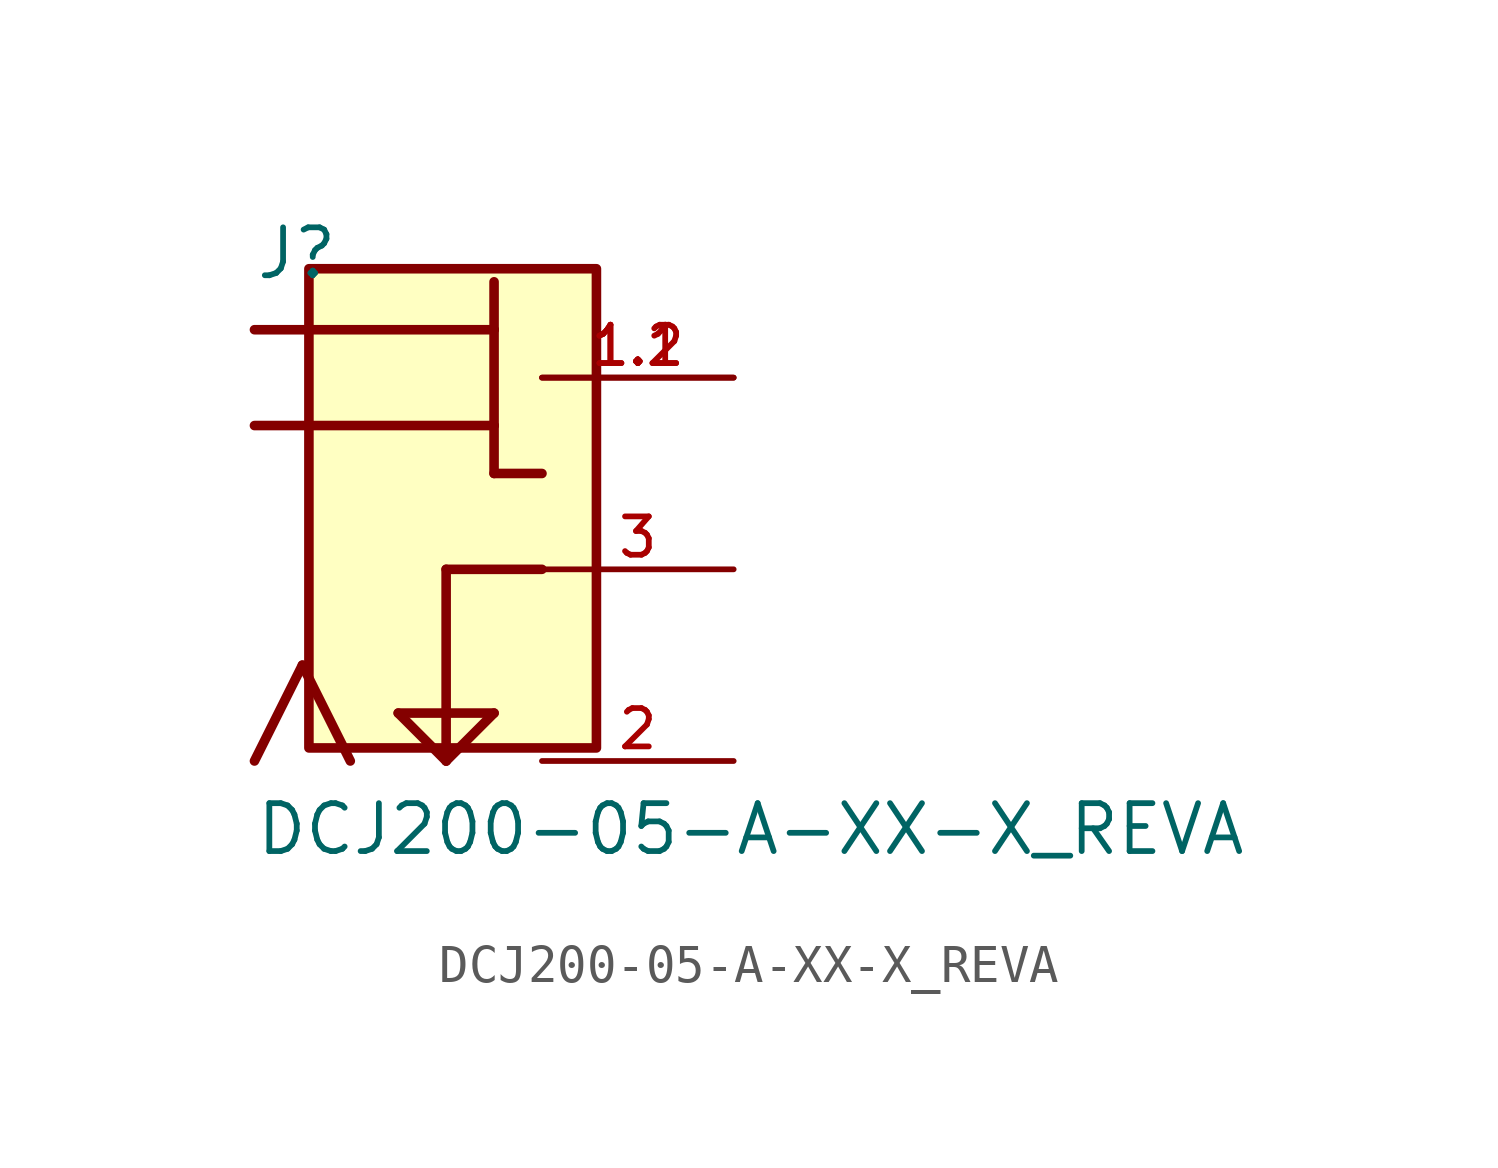
<source format=kicad_sym>
(kicad_symbol_lib
  (version 20211014)
  (generator kicad_symbol_editor)
  (symbol "DCJ200-05-A-XX-X_REVA"
    (pin_names
      (offset 1.016))
    (property "Reference" "J"
      (at -5.087 7.63 0)
      (effects (font (size 1.27 1.27)) (justify bottom left)))
    (property "Value" "DCJ200-05-A-XX-X_REVA"
      (at -5.088 -7.631 0)
      (effects (font (size 1.27 1.27)) (justify bottom left)))
    (symbol "DCJ200-05-A-XX-X_REVA_0_0"
      (polyline (pts (xy 1.27 7.62) (xy 1.27 6.35)) (stroke (width 0.254)))
      (polyline (pts (xy 1.27 6.35) (xy 1.27 3.81)) (stroke (width 0.254)))
      (polyline (pts (xy 1.27 3.81) (xy 1.27 2.54)) (stroke (width 0.254)))
      (polyline (pts (xy 1.27 2.54) (xy 2.54 2.54)) (stroke (width 0.254)))
      (polyline (pts (xy 1.27 6.35) (xy -5.08 6.35)) (stroke (width 0.254)))
      (polyline (pts (xy -5.08 3.81) (xy 1.27 3.81)) (stroke (width 0.254)))
      (polyline (pts (xy -2.54 -5.08) (xy -3.81 -2.54)) (stroke (width 0.254)))
      (polyline (pts (xy -3.81 -2.54) (xy -5.08 -5.08)) (stroke (width 0.254)))
      (polyline (pts (xy 2.54 0.0) (xy 0.0 0.0)) (stroke (width 0.254)))
      (polyline (pts (xy 0.0 0.0) (xy 0.0 -5.08)) (stroke (width 0.254)))
      (polyline (pts (xy 0.0 -5.08) (xy -1.27 -3.81)) (stroke (width 0.254)))
      (polyline (pts (xy -1.27 -3.81) (xy 1.27 -3.81)) (stroke (width 0.254)))
      (polyline (pts (xy 1.27 -3.81) (xy 0.0 -5.08)) (stroke (width 0.254)))
      (rectangle (start -3.637 -4.734) (end 3.983 7.966) (stroke (width 0.254)) (fill (type background)))
      (pin passive line (at 7.62 5.08 180.0) (length 5.08) (name "~" (effects (font (size 1.016 1.016)))) (number "1.1" (effects (font (size 1.016 1.016)))))
      (pin passive line (at 7.62 5.08 180.0) (length 5.08) (name "~" (effects (font (size 1.016 1.016)))) (number "1.2" (effects (font (size 1.016 1.016)))))
      (pin passive line (at 7.62 0.0 180.0) (length 5.08) (name "~" (effects (font (size 1.016 1.016)))) (number "3" (effects (font (size 1.016 1.016)))))
      (pin passive line (at 7.62 -5.08 180.0) (length 5.08) (name "~" (effects (font (size 1.016 1.016)))) (number "2" (effects (font (size 1.016 1.016))))))))
</source>
